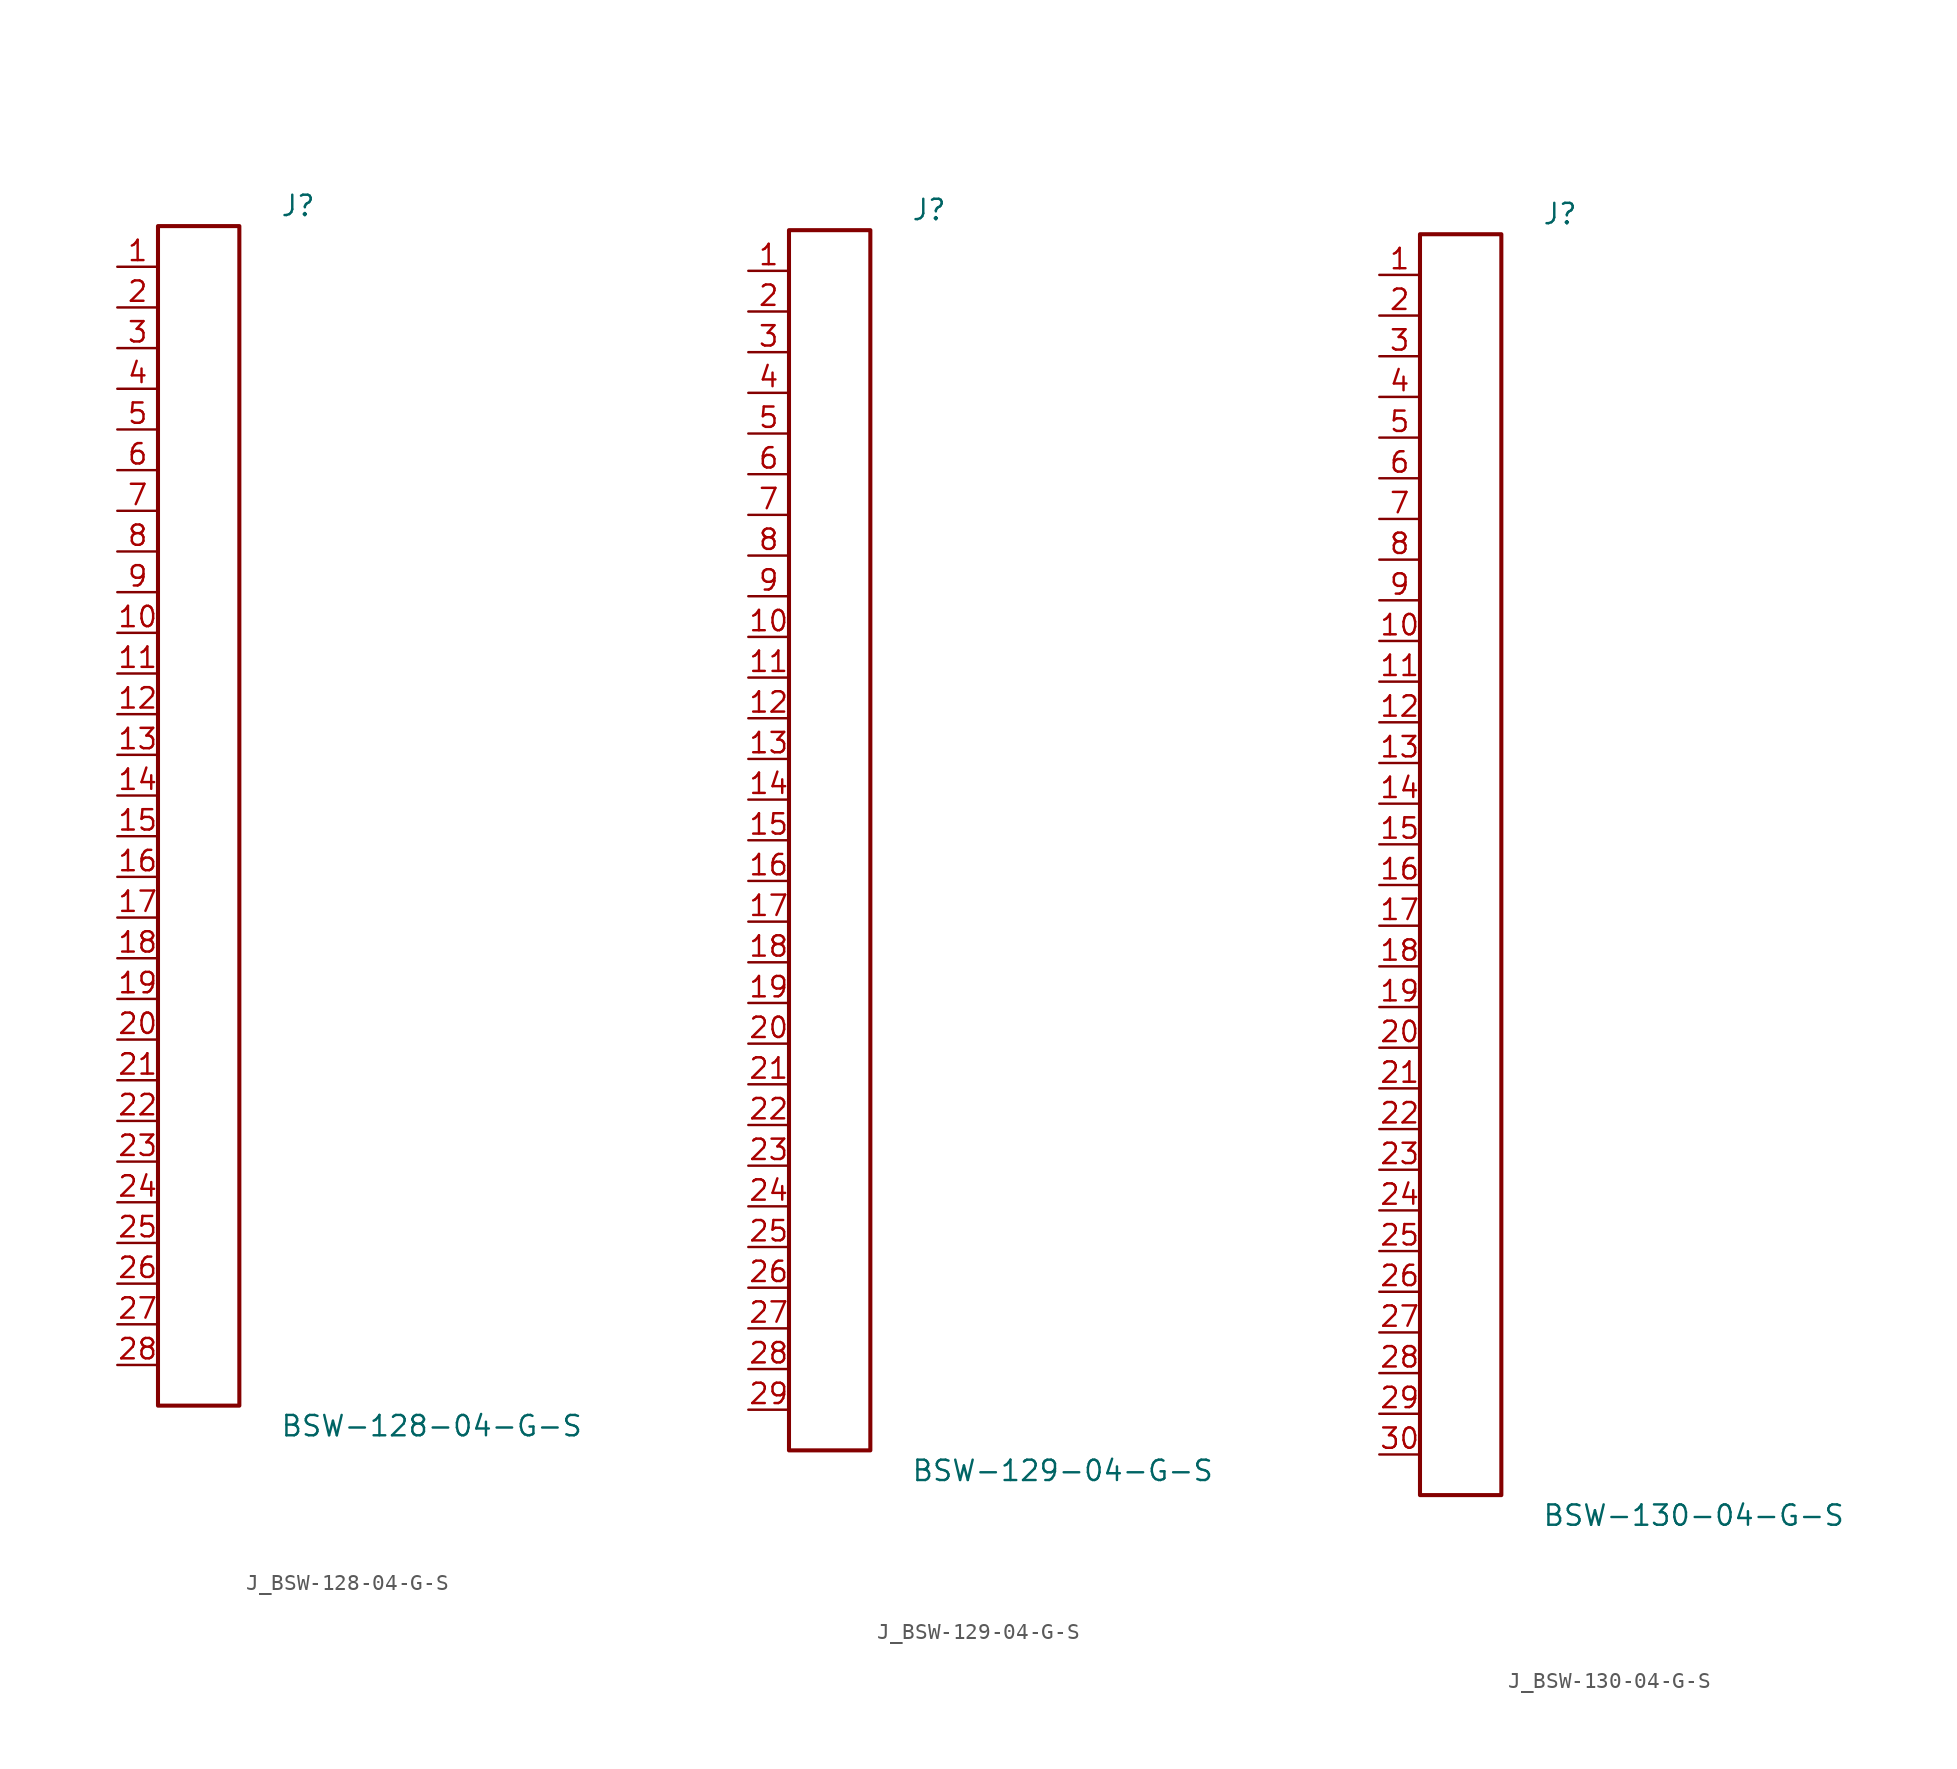
<source format=kicad_sym>
(kicad_symbol_lib
  (version 20231120)
  (generator kicad_symbol_editor)
  (generator_version 8.0)
  (symbol "J_BSW-128-04-G-S"
    (pin_names
      (offset 0.254))
    (property "Reference" "J"
      (at 5.08 38.1 0)
      (effects (font (size 1.27 1.27)) (justify left)))
    (property "Value" "BSW-128-04-G-S"
      (at 5.08 -38.1 0)
      (effects (font (size 1.27 1.27)) (justify left)))
    (symbol "J_BSW-128-04-G-S_0_0"
      (pin unspecified line (at -5.08 34.29 0) (length 2.54) (name "" (effects (font (size 1.27 1.27)))) (number "1" (effects (font (size 1.27 1.27)))))
      (pin unspecified line (at -5.08 31.75 0) (length 2.54) (name "" (effects (font (size 1.27 1.27)))) (number "2" (effects (font (size 1.27 1.27)))))
      (pin unspecified line (at -5.08 29.21 0) (length 2.54) (name "" (effects (font (size 1.27 1.27)))) (number "3" (effects (font (size 1.27 1.27)))))
      (pin unspecified line (at -5.08 26.67 0) (length 2.54) (name "" (effects (font (size 1.27 1.27)))) (number "4" (effects (font (size 1.27 1.27)))))
      (pin unspecified line (at -5.08 24.13 0) (length 2.54) (name "" (effects (font (size 1.27 1.27)))) (number "5" (effects (font (size 1.27 1.27)))))
      (pin unspecified line (at -5.08 21.59 0) (length 2.54) (name "" (effects (font (size 1.27 1.27)))) (number "6" (effects (font (size 1.27 1.27)))))
      (pin unspecified line (at -5.08 19.05 0) (length 2.54) (name "" (effects (font (size 1.27 1.27)))) (number "7" (effects (font (size 1.27 1.27)))))
      (pin unspecified line (at -5.08 16.51 0) (length 2.54) (name "" (effects (font (size 1.27 1.27)))) (number "8" (effects (font (size 1.27 1.27)))))
      (pin unspecified line (at -5.08 13.97 0) (length 2.54) (name "" (effects (font (size 1.27 1.27)))) (number "9" (effects (font (size 1.27 1.27)))))
      (pin unspecified line (at -5.08 11.43 0) (length 2.54) (name "" (effects (font (size 1.27 1.27)))) (number "10" (effects (font (size 1.27 1.27)))))
      (pin unspecified line (at -5.08 8.89 0) (length 2.54) (name "" (effects (font (size 1.27 1.27)))) (number "11" (effects (font (size 1.27 1.27)))))
      (pin unspecified line (at -5.08 6.35 0) (length 2.54) (name "" (effects (font (size 1.27 1.27)))) (number "12" (effects (font (size 1.27 1.27)))))
      (pin unspecified line (at -5.08 3.81 0) (length 2.54) (name "" (effects (font (size 1.27 1.27)))) (number "13" (effects (font (size 1.27 1.27)))))
      (pin unspecified line (at -5.08 1.27 0) (length 2.54) (name "" (effects (font (size 1.27 1.27)))) (number "14" (effects (font (size 1.27 1.27)))))
      (pin unspecified line (at -5.08 -1.27 0) (length 2.54) (name "" (effects (font (size 1.27 1.27)))) (number "15" (effects (font (size 1.27 1.27)))))
      (pin unspecified line (at -5.08 -3.81 0) (length 2.54) (name "" (effects (font (size 1.27 1.27)))) (number "16" (effects (font (size 1.27 1.27)))))
      (pin unspecified line (at -5.08 -6.35 0) (length 2.54) (name "" (effects (font (size 1.27 1.27)))) (number "17" (effects (font (size 1.27 1.27)))))
      (pin unspecified line (at -5.08 -8.89 0) (length 2.54) (name "" (effects (font (size 1.27 1.27)))) (number "18" (effects (font (size 1.27 1.27)))))
      (pin unspecified line (at -5.08 -11.43 0) (length 2.54) (name "" (effects (font (size 1.27 1.27)))) (number "19" (effects (font (size 1.27 1.27)))))
      (pin unspecified line (at -5.08 -13.97 0) (length 2.54) (name "" (effects (font (size 1.27 1.27)))) (number "20" (effects (font (size 1.27 1.27)))))
      (pin unspecified line (at -5.08 -16.51 0) (length 2.54) (name "" (effects (font (size 1.27 1.27)))) (number "21" (effects (font (size 1.27 1.27)))))
      (pin unspecified line (at -5.08 -19.05 0) (length 2.54) (name "" (effects (font (size 1.27 1.27)))) (number "22" (effects (font (size 1.27 1.27)))))
      (pin unspecified line (at -5.08 -21.59 0) (length 2.54) (name "" (effects (font (size 1.27 1.27)))) (number "23" (effects (font (size 1.27 1.27)))))
      (pin unspecified line (at -5.08 -24.13 0) (length 2.54) (name "" (effects (font (size 1.27 1.27)))) (number "24" (effects (font (size 1.27 1.27)))))
      (pin unspecified line (at -5.08 -26.67 0) (length 2.54) (name "" (effects (font (size 1.27 1.27)))) (number "25" (effects (font (size 1.27 1.27)))))
      (pin unspecified line (at -5.08 -29.21 0) (length 2.54) (name "" (effects (font (size 1.27 1.27)))) (number "26" (effects (font (size 1.27 1.27)))))
      (pin unspecified line (at -5.08 -31.75 0) (length 2.54) (name "" (effects (font (size 1.27 1.27)))) (number "27" (effects (font (size 1.27 1.27)))))
      (pin unspecified line (at -5.08 -34.29 0) (length 2.54) (name "" (effects (font (size 1.27 1.27)))) (number "28" (effects (font (size 1.27 1.27))))))
    (symbol "J_BSW-128-04-G-S_1_0"
      (rectangle (start -2.54 36.83) (end 2.54 -36.83) (stroke (width 0.254) (type solid)) (fill (type none)))))
  (symbol "J_BSW-129-04-G-S"
    (pin_names
      (offset 0.254))
    (property "Reference" "J"
      (at 5.08 39.37 0)
      (effects (font (size 1.27 1.27)) (justify left)))
    (property "Value" "BSW-129-04-G-S"
      (at 5.08 -39.37 0)
      (effects (font (size 1.27 1.27)) (justify left)))
    (symbol "J_BSW-129-04-G-S_0_0"
      (pin unspecified line (at -5.08 35.56 0) (length 2.54) (name "" (effects (font (size 1.27 1.27)))) (number "1" (effects (font (size 1.27 1.27)))))
      (pin unspecified line (at -5.08 33.02 0) (length 2.54) (name "" (effects (font (size 1.27 1.27)))) (number "2" (effects (font (size 1.27 1.27)))))
      (pin unspecified line (at -5.08 30.48 0) (length 2.54) (name "" (effects (font (size 1.27 1.27)))) (number "3" (effects (font (size 1.27 1.27)))))
      (pin unspecified line (at -5.08 27.94 0) (length 2.54) (name "" (effects (font (size 1.27 1.27)))) (number "4" (effects (font (size 1.27 1.27)))))
      (pin unspecified line (at -5.08 25.4 0) (length 2.54) (name "" (effects (font (size 1.27 1.27)))) (number "5" (effects (font (size 1.27 1.27)))))
      (pin unspecified line (at -5.08 22.86 0) (length 2.54) (name "" (effects (font (size 1.27 1.27)))) (number "6" (effects (font (size 1.27 1.27)))))
      (pin unspecified line (at -5.08 20.32 0) (length 2.54) (name "" (effects (font (size 1.27 1.27)))) (number "7" (effects (font (size 1.27 1.27)))))
      (pin unspecified line (at -5.08 17.78 0) (length 2.54) (name "" (effects (font (size 1.27 1.27)))) (number "8" (effects (font (size 1.27 1.27)))))
      (pin unspecified line (at -5.08 15.24 0) (length 2.54) (name "" (effects (font (size 1.27 1.27)))) (number "9" (effects (font (size 1.27 1.27)))))
      (pin unspecified line (at -5.08 12.7 0) (length 2.54) (name "" (effects (font (size 1.27 1.27)))) (number "10" (effects (font (size 1.27 1.27)))))
      (pin unspecified line (at -5.08 10.16 0) (length 2.54) (name "" (effects (font (size 1.27 1.27)))) (number "11" (effects (font (size 1.27 1.27)))))
      (pin unspecified line (at -5.08 7.62 0) (length 2.54) (name "" (effects (font (size 1.27 1.27)))) (number "12" (effects (font (size 1.27 1.27)))))
      (pin unspecified line (at -5.08 5.08 0) (length 2.54) (name "" (effects (font (size 1.27 1.27)))) (number "13" (effects (font (size 1.27 1.27)))))
      (pin unspecified line (at -5.08 2.54 0) (length 2.54) (name "" (effects (font (size 1.27 1.27)))) (number "14" (effects (font (size 1.27 1.27)))))
      (pin unspecified line (at -5.08 0.0 0) (length 2.54) (name "" (effects (font (size 1.27 1.27)))) (number "15" (effects (font (size 1.27 1.27)))))
      (pin unspecified line (at -5.08 -2.54 0) (length 2.54) (name "" (effects (font (size 1.27 1.27)))) (number "16" (effects (font (size 1.27 1.27)))))
      (pin unspecified line (at -5.08 -5.08 0) (length 2.54) (name "" (effects (font (size 1.27 1.27)))) (number "17" (effects (font (size 1.27 1.27)))))
      (pin unspecified line (at -5.08 -7.62 0) (length 2.54) (name "" (effects (font (size 1.27 1.27)))) (number "18" (effects (font (size 1.27 1.27)))))
      (pin unspecified line (at -5.08 -10.16 0) (length 2.54) (name "" (effects (font (size 1.27 1.27)))) (number "19" (effects (font (size 1.27 1.27)))))
      (pin unspecified line (at -5.08 -12.7 0) (length 2.54) (name "" (effects (font (size 1.27 1.27)))) (number "20" (effects (font (size 1.27 1.27)))))
      (pin unspecified line (at -5.08 -15.24 0) (length 2.54) (name "" (effects (font (size 1.27 1.27)))) (number "21" (effects (font (size 1.27 1.27)))))
      (pin unspecified line (at -5.08 -17.78 0) (length 2.54) (name "" (effects (font (size 1.27 1.27)))) (number "22" (effects (font (size 1.27 1.27)))))
      (pin unspecified line (at -5.08 -20.32 0) (length 2.54) (name "" (effects (font (size 1.27 1.27)))) (number "23" (effects (font (size 1.27 1.27)))))
      (pin unspecified line (at -5.08 -22.86 0) (length 2.54) (name "" (effects (font (size 1.27 1.27)))) (number "24" (effects (font (size 1.27 1.27)))))
      (pin unspecified line (at -5.08 -25.4 0) (length 2.54) (name "" (effects (font (size 1.27 1.27)))) (number "25" (effects (font (size 1.27 1.27)))))
      (pin unspecified line (at -5.08 -27.94 0) (length 2.54) (name "" (effects (font (size 1.27 1.27)))) (number "26" (effects (font (size 1.27 1.27)))))
      (pin unspecified line (at -5.08 -30.48 0) (length 2.54) (name "" (effects (font (size 1.27 1.27)))) (number "27" (effects (font (size 1.27 1.27)))))
      (pin unspecified line (at -5.08 -33.02 0) (length 2.54) (name "" (effects (font (size 1.27 1.27)))) (number "28" (effects (font (size 1.27 1.27)))))
      (pin unspecified line (at -5.08 -35.56 0) (length 2.54) (name "" (effects (font (size 1.27 1.27)))) (number "29" (effects (font (size 1.27 1.27))))))
    (symbol "J_BSW-129-04-G-S_1_0"
      (rectangle (start -2.54 38.1) (end 2.54 -38.1) (stroke (width 0.254) (type solid)) (fill (type none)))))
  (symbol "J_BSW-130-04-G-S"
    (pin_names
      (offset 0.254))
    (property "Reference" "J"
      (at 5.08 40.64 0)
      (effects (font (size 1.27 1.27)) (justify left)))
    (property "Value" "BSW-130-04-G-S"
      (at 5.08 -40.64 0)
      (effects (font (size 1.27 1.27)) (justify left)))
    (symbol "J_BSW-130-04-G-S_0_0"
      (pin unspecified line (at -5.08 36.83 0) (length 2.54) (name "" (effects (font (size 1.27 1.27)))) (number "1" (effects (font (size 1.27 1.27)))))
      (pin unspecified line (at -5.08 34.29 0) (length 2.54) (name "" (effects (font (size 1.27 1.27)))) (number "2" (effects (font (size 1.27 1.27)))))
      (pin unspecified line (at -5.08 31.75 0) (length 2.54) (name "" (effects (font (size 1.27 1.27)))) (number "3" (effects (font (size 1.27 1.27)))))
      (pin unspecified line (at -5.08 29.21 0) (length 2.54) (name "" (effects (font (size 1.27 1.27)))) (number "4" (effects (font (size 1.27 1.27)))))
      (pin unspecified line (at -5.08 26.67 0) (length 2.54) (name "" (effects (font (size 1.27 1.27)))) (number "5" (effects (font (size 1.27 1.27)))))
      (pin unspecified line (at -5.08 24.13 0) (length 2.54) (name "" (effects (font (size 1.27 1.27)))) (number "6" (effects (font (size 1.27 1.27)))))
      (pin unspecified line (at -5.08 21.59 0) (length 2.54) (name "" (effects (font (size 1.27 1.27)))) (number "7" (effects (font (size 1.27 1.27)))))
      (pin unspecified line (at -5.08 19.05 0) (length 2.54) (name "" (effects (font (size 1.27 1.27)))) (number "8" (effects (font (size 1.27 1.27)))))
      (pin unspecified line (at -5.08 16.51 0) (length 2.54) (name "" (effects (font (size 1.27 1.27)))) (number "9" (effects (font (size 1.27 1.27)))))
      (pin unspecified line (at -5.08 13.97 0) (length 2.54) (name "" (effects (font (size 1.27 1.27)))) (number "10" (effects (font (size 1.27 1.27)))))
      (pin unspecified line (at -5.08 11.43 0) (length 2.54) (name "" (effects (font (size 1.27 1.27)))) (number "11" (effects (font (size 1.27 1.27)))))
      (pin unspecified line (at -5.08 8.89 0) (length 2.54) (name "" (effects (font (size 1.27 1.27)))) (number "12" (effects (font (size 1.27 1.27)))))
      (pin unspecified line (at -5.08 6.35 0) (length 2.54) (name "" (effects (font (size 1.27 1.27)))) (number "13" (effects (font (size 1.27 1.27)))))
      (pin unspecified line (at -5.08 3.81 0) (length 2.54) (name "" (effects (font (size 1.27 1.27)))) (number "14" (effects (font (size 1.27 1.27)))))
      (pin unspecified line (at -5.08 1.27 0) (length 2.54) (name "" (effects (font (size 1.27 1.27)))) (number "15" (effects (font (size 1.27 1.27)))))
      (pin unspecified line (at -5.08 -1.27 0) (length 2.54) (name "" (effects (font (size 1.27 1.27)))) (number "16" (effects (font (size 1.27 1.27)))))
      (pin unspecified line (at -5.08 -3.81 0) (length 2.54) (name "" (effects (font (size 1.27 1.27)))) (number "17" (effects (font (size 1.27 1.27)))))
      (pin unspecified line (at -5.08 -6.35 0) (length 2.54) (name "" (effects (font (size 1.27 1.27)))) (number "18" (effects (font (size 1.27 1.27)))))
      (pin unspecified line (at -5.08 -8.89 0) (length 2.54) (name "" (effects (font (size 1.27 1.27)))) (number "19" (effects (font (size 1.27 1.27)))))
      (pin unspecified line (at -5.08 -11.43 0) (length 2.54) (name "" (effects (font (size 1.27 1.27)))) (number "20" (effects (font (size 1.27 1.27)))))
      (pin unspecified line (at -5.08 -13.97 0) (length 2.54) (name "" (effects (font (size 1.27 1.27)))) (number "21" (effects (font (size 1.27 1.27)))))
      (pin unspecified line (at -5.08 -16.51 0) (length 2.54) (name "" (effects (font (size 1.27 1.27)))) (number "22" (effects (font (size 1.27 1.27)))))
      (pin unspecified line (at -5.08 -19.05 0) (length 2.54) (name "" (effects (font (size 1.27 1.27)))) (number "23" (effects (font (size 1.27 1.27)))))
      (pin unspecified line (at -5.08 -21.59 0) (length 2.54) (name "" (effects (font (size 1.27 1.27)))) (number "24" (effects (font (size 1.27 1.27)))))
      (pin unspecified line (at -5.08 -24.13 0) (length 2.54) (name "" (effects (font (size 1.27 1.27)))) (number "25" (effects (font (size 1.27 1.27)))))
      (pin unspecified line (at -5.08 -26.67 0) (length 2.54) (name "" (effects (font (size 1.27 1.27)))) (number "26" (effects (font (size 1.27 1.27)))))
      (pin unspecified line (at -5.08 -29.21 0) (length 2.54) (name "" (effects (font (size 1.27 1.27)))) (number "27" (effects (font (size 1.27 1.27)))))
      (pin unspecified line (at -5.08 -31.75 0) (length 2.54) (name "" (effects (font (size 1.27 1.27)))) (number "28" (effects (font (size 1.27 1.27)))))
      (pin unspecified line (at -5.08 -34.29 0) (length 2.54) (name "" (effects (font (size 1.27 1.27)))) (number "29" (effects (font (size 1.27 1.27)))))
      (pin unspecified line (at -5.08 -36.83 0) (length 2.54) (name "" (effects (font (size 1.27 1.27)))) (number "30" (effects (font (size 1.27 1.27))))))
    (symbol "J_BSW-130-04-G-S_1_0"
      (rectangle (start -2.54 39.37) (end 2.54 -39.37) (stroke (width 0.254) (type solid)) (fill (type none))))))
</source>
